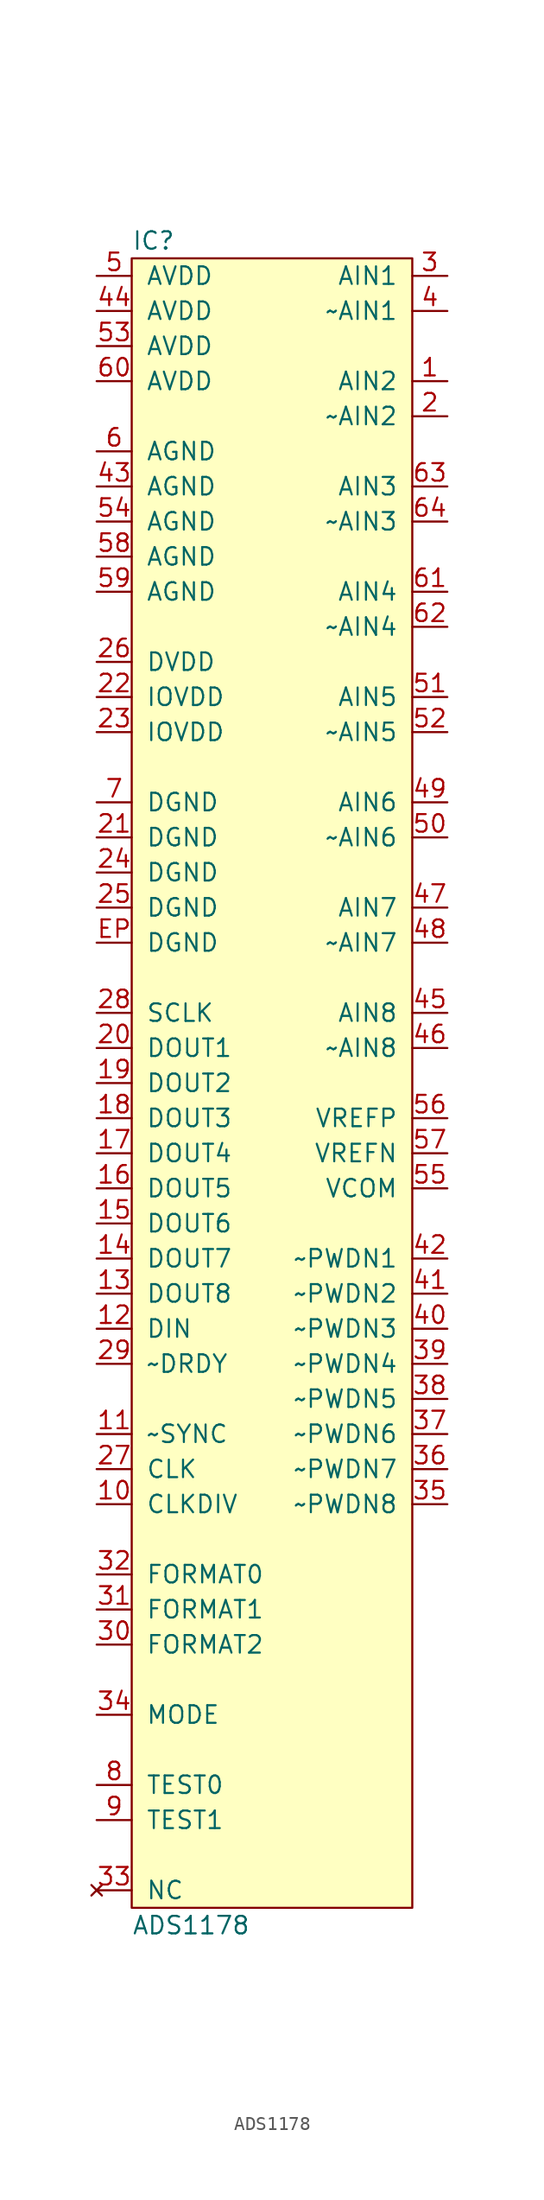
<source format=kicad_sym>
(kicad_symbol_lib
  (version 20211014)
  (generator agg_kicad.build_lib_ic)
  (symbol "ADS1178"
    (pin_names
      (offset 1.016))
    (property Reference IC
      (at -10.16 60.96 0)
      (effects (font (size 1.27 1.27)) (justify left)))
    (property Value "ADS1178"
      (at -10.16 -60.96 0)
      (effects (font (size 1.27 1.27)) (justify left)))
    (symbol "ADS1178_0_0"
      (rectangle (start -10.16 59.69) (end 10.16 -59.69) (stroke (width 0) (type default) (color 0 0 0 0)) (fill (type background)))
      (pin power_in line (at -12.7 58.42 0) (length 2.54) (name AVDD (effects (font (size 1.27 1.27)))) (number "5" (effects (font (size 1.27 1.27)))))
      (pin power_in line (at -12.7 55.88 0) (length 2.54) (name AVDD (effects (font (size 1.27 1.27)))) (number "44" (effects (font (size 1.27 1.27)))))
      (pin power_in line (at -12.7 53.34 0) (length 2.54) (name AVDD (effects (font (size 1.27 1.27)))) (number "53" (effects (font (size 1.27 1.27)))))
      (pin power_in line (at -12.7 50.8 0) (length 2.54) (name AVDD (effects (font (size 1.27 1.27)))) (number "60" (effects (font (size 1.27 1.27)))))
      (pin power_in line (at -12.7 45.72 0) (length 2.54) (name AGND (effects (font (size 1.27 1.27)))) (number "6" (effects (font (size 1.27 1.27)))))
      (pin power_in line (at -12.7 43.18 0) (length 2.54) (name AGND (effects (font (size 1.27 1.27)))) (number "43" (effects (font (size 1.27 1.27)))))
      (pin power_in line (at -12.7 40.64 0) (length 2.54) (name AGND (effects (font (size 1.27 1.27)))) (number "54" (effects (font (size 1.27 1.27)))))
      (pin power_in line (at -12.7 38.1 0) (length 2.54) (name AGND (effects (font (size 1.27 1.27)))) (number "58" (effects (font (size 1.27 1.27)))))
      (pin power_in line (at -12.7 35.56 0) (length 2.54) (name AGND (effects (font (size 1.27 1.27)))) (number "59" (effects (font (size 1.27 1.27)))))
      (pin power_in line (at -12.7 30.48 0) (length 2.54) (name DVDD (effects (font (size 1.27 1.27)))) (number "26" (effects (font (size 1.27 1.27)))))
      (pin power_in line (at -12.7 27.94 0) (length 2.54) (name IOVDD (effects (font (size 1.27 1.27)))) (number "22" (effects (font (size 1.27 1.27)))))
      (pin power_in line (at -12.7 25.4 0) (length 2.54) (name IOVDD (effects (font (size 1.27 1.27)))) (number "23" (effects (font (size 1.27 1.27)))))
      (pin power_in line (at -12.7 20.32 0) (length 2.54) (name DGND (effects (font (size 1.27 1.27)))) (number "7" (effects (font (size 1.27 1.27)))))
      (pin power_in line (at -12.7 17.78 0) (length 2.54) (name DGND (effects (font (size 1.27 1.27)))) (number "21" (effects (font (size 1.27 1.27)))))
      (pin power_in line (at -12.7 15.24 0) (length 2.54) (name DGND (effects (font (size 1.27 1.27)))) (number "24" (effects (font (size 1.27 1.27)))))
      (pin power_in line (at -12.7 12.7 0) (length 2.54) (name DGND (effects (font (size 1.27 1.27)))) (number "25" (effects (font (size 1.27 1.27)))))
      (pin power_in line (at -12.7 10.16 0) (length 2.54) (name DGND (effects (font (size 1.27 1.27)))) (number EP (effects (font (size 1.27 1.27)))))
      (pin input line (at -12.7 5.08 0) (length 2.54) (name SCLK (effects (font (size 1.27 1.27)))) (number "28" (effects (font (size 1.27 1.27)))))
      (pin output line (at -12.7 2.54 0) (length 2.54) (name "DOUT1" (effects (font (size 1.27 1.27)))) (number "20" (effects (font (size 1.27 1.27)))))
      (pin output line (at -12.7 0 0) (length 2.54) (name "DOUT2" (effects (font (size 1.27 1.27)))) (number "19" (effects (font (size 1.27 1.27)))))
      (pin output line (at -12.7 -2.54 0) (length 2.54) (name "DOUT3" (effects (font (size 1.27 1.27)))) (number "18" (effects (font (size 1.27 1.27)))))
      (pin output line (at -12.7 -5.08 0) (length 2.54) (name "DOUT4" (effects (font (size 1.27 1.27)))) (number "17" (effects (font (size 1.27 1.27)))))
      (pin output line (at -12.7 -7.62 0) (length 2.54) (name "DOUT5" (effects (font (size 1.27 1.27)))) (number "16" (effects (font (size 1.27 1.27)))))
      (pin output line (at -12.7 -10.16 0) (length 2.54) (name "DOUT6" (effects (font (size 1.27 1.27)))) (number "15" (effects (font (size 1.27 1.27)))))
      (pin output line (at -12.7 -12.7 0) (length 2.54) (name "DOUT7" (effects (font (size 1.27 1.27)))) (number "14" (effects (font (size 1.27 1.27)))))
      (pin output line (at -12.7 -15.24 0) (length 2.54) (name "DOUT8" (effects (font (size 1.27 1.27)))) (number "13" (effects (font (size 1.27 1.27)))))
      (pin input line (at -12.7 -17.78 0) (length 2.54) (name DIN (effects (font (size 1.27 1.27)))) (number "12" (effects (font (size 1.27 1.27)))))
      (pin bidirectional line (at -12.7 -20.32 0) (length 2.54) (name "~DRDY" (effects (font (size 1.27 1.27)))) (number "29" (effects (font (size 1.27 1.27)))))
      (pin input line (at -12.7 -25.4 0) (length 2.54) (name "~SYNC" (effects (font (size 1.27 1.27)))) (number "11" (effects (font (size 1.27 1.27)))))
      (pin input line (at -12.7 -27.94 0) (length 2.54) (name CLK (effects (font (size 1.27 1.27)))) (number "27" (effects (font (size 1.27 1.27)))))
      (pin input line (at -12.7 -30.48 0) (length 2.54) (name CLKDIV (effects (font (size 1.27 1.27)))) (number "10" (effects (font (size 1.27 1.27)))))
      (pin input line (at -12.7 -35.56 0) (length 2.54) (name "FORMAT0" (effects (font (size 1.27 1.27)))) (number "32" (effects (font (size 1.27 1.27)))))
      (pin input line (at -12.7 -38.1 0) (length 2.54) (name "FORMAT1" (effects (font (size 1.27 1.27)))) (number "31" (effects (font (size 1.27 1.27)))))
      (pin input line (at -12.7 -40.64 0) (length 2.54) (name "FORMAT2" (effects (font (size 1.27 1.27)))) (number "30" (effects (font (size 1.27 1.27)))))
      (pin input line (at -12.7 -45.72 0) (length 2.54) (name MODE (effects (font (size 1.27 1.27)))) (number "34" (effects (font (size 1.27 1.27)))))
      (pin input line (at -12.7 -50.8 0) (length 2.54) (name "TEST0" (effects (font (size 1.27 1.27)))) (number "8" (effects (font (size 1.27 1.27)))))
      (pin input line (at -12.7 -53.34 0) (length 2.54) (name "TEST1" (effects (font (size 1.27 1.27)))) (number "9" (effects (font (size 1.27 1.27)))))
      (pin no_connect line (at -12.7 -58.42 0) (length 2.54) (name NC (effects (font (size 1.27 1.27)))) (number "33" (effects (font (size 1.27 1.27)))))
      (pin input line (at 12.7 58.42 180) (length 2.54) (name "AIN1" (effects (font (size 1.27 1.27)))) (number "3" (effects (font (size 1.27 1.27)))))
      (pin input line (at 12.7 55.88 180) (length 2.54) (name "~AIN1" (effects (font (size 1.27 1.27)))) (number "4" (effects (font (size 1.27 1.27)))))
      (pin input line (at 12.7 50.8 180) (length 2.54) (name "AIN2" (effects (font (size 1.27 1.27)))) (number "1" (effects (font (size 1.27 1.27)))))
      (pin input line (at 12.7 48.26 180) (length 2.54) (name "~AIN2" (effects (font (size 1.27 1.27)))) (number "2" (effects (font (size 1.27 1.27)))))
      (pin input line (at 12.7 43.18 180) (length 2.54) (name "AIN3" (effects (font (size 1.27 1.27)))) (number "63" (effects (font (size 1.27 1.27)))))
      (pin input line (at 12.7 40.64 180) (length 2.54) (name "~AIN3" (effects (font (size 1.27 1.27)))) (number "64" (effects (font (size 1.27 1.27)))))
      (pin input line (at 12.7 35.56 180) (length 2.54) (name "AIN4" (effects (font (size 1.27 1.27)))) (number "61" (effects (font (size 1.27 1.27)))))
      (pin input line (at 12.7 33.02 180) (length 2.54) (name "~AIN4" (effects (font (size 1.27 1.27)))) (number "62" (effects (font (size 1.27 1.27)))))
      (pin input line (at 12.7 27.94 180) (length 2.54) (name "AIN5" (effects (font (size 1.27 1.27)))) (number "51" (effects (font (size 1.27 1.27)))))
      (pin input line (at 12.7 25.4 180) (length 2.54) (name "~AIN5" (effects (font (size 1.27 1.27)))) (number "52" (effects (font (size 1.27 1.27)))))
      (pin input line (at 12.7 20.32 180) (length 2.54) (name "AIN6" (effects (font (size 1.27 1.27)))) (number "49" (effects (font (size 1.27 1.27)))))
      (pin input line (at 12.7 17.78 180) (length 2.54) (name "~AIN6" (effects (font (size 1.27 1.27)))) (number "50" (effects (font (size 1.27 1.27)))))
      (pin input line (at 12.7 12.7 180) (length 2.54) (name "AIN7" (effects (font (size 1.27 1.27)))) (number "47" (effects (font (size 1.27 1.27)))))
      (pin input line (at 12.7 10.16 180) (length 2.54) (name "~AIN7" (effects (font (size 1.27 1.27)))) (number "48" (effects (font (size 1.27 1.27)))))
      (pin input line (at 12.7 5.08 180) (length 2.54) (name "AIN8" (effects (font (size 1.27 1.27)))) (number "45" (effects (font (size 1.27 1.27)))))
      (pin input line (at 12.7 2.54 180) (length 2.54) (name "~AIN8" (effects (font (size 1.27 1.27)))) (number "46" (effects (font (size 1.27 1.27)))))
      (pin input line (at 12.7 -2.54 180) (length 2.54) (name VREFP (effects (font (size 1.27 1.27)))) (number "56" (effects (font (size 1.27 1.27)))))
      (pin input line (at 12.7 -5.08 180) (length 2.54) (name VREFN (effects (font (size 1.27 1.27)))) (number "57" (effects (font (size 1.27 1.27)))))
      (pin output line (at 12.7 -7.62 180) (length 2.54) (name VCOM (effects (font (size 1.27 1.27)))) (number "55" (effects (font (size 1.27 1.27)))))
      (pin input line (at 12.7 -12.7 180) (length 2.54) (name "~PWDN1" (effects (font (size 1.27 1.27)))) (number "42" (effects (font (size 1.27 1.27)))))
      (pin input line (at 12.7 -15.24 180) (length 2.54) (name "~PWDN2" (effects (font (size 1.27 1.27)))) (number "41" (effects (font (size 1.27 1.27)))))
      (pin input line (at 12.7 -17.78 180) (length 2.54) (name "~PWDN3" (effects (font (size 1.27 1.27)))) (number "40" (effects (font (size 1.27 1.27)))))
      (pin input line (at 12.7 -20.32 180) (length 2.54) (name "~PWDN4" (effects (font (size 1.27 1.27)))) (number "39" (effects (font (size 1.27 1.27)))))
      (pin input line (at 12.7 -22.86 180) (length 2.54) (name "~PWDN5" (effects (font (size 1.27 1.27)))) (number "38" (effects (font (size 1.27 1.27)))))
      (pin input line (at 12.7 -25.4 180) (length 2.54) (name "~PWDN6" (effects (font (size 1.27 1.27)))) (number "37" (effects (font (size 1.27 1.27)))))
      (pin input line (at 12.7 -27.94 180) (length 2.54) (name "~PWDN7" (effects (font (size 1.27 1.27)))) (number "36" (effects (font (size 1.27 1.27)))))
      (pin input line (at 12.7 -30.48 180) (length 2.54) (name "~PWDN8" (effects (font (size 1.27 1.27)))) (number "35" (effects (font (size 1.27 1.27))))))))
</source>
